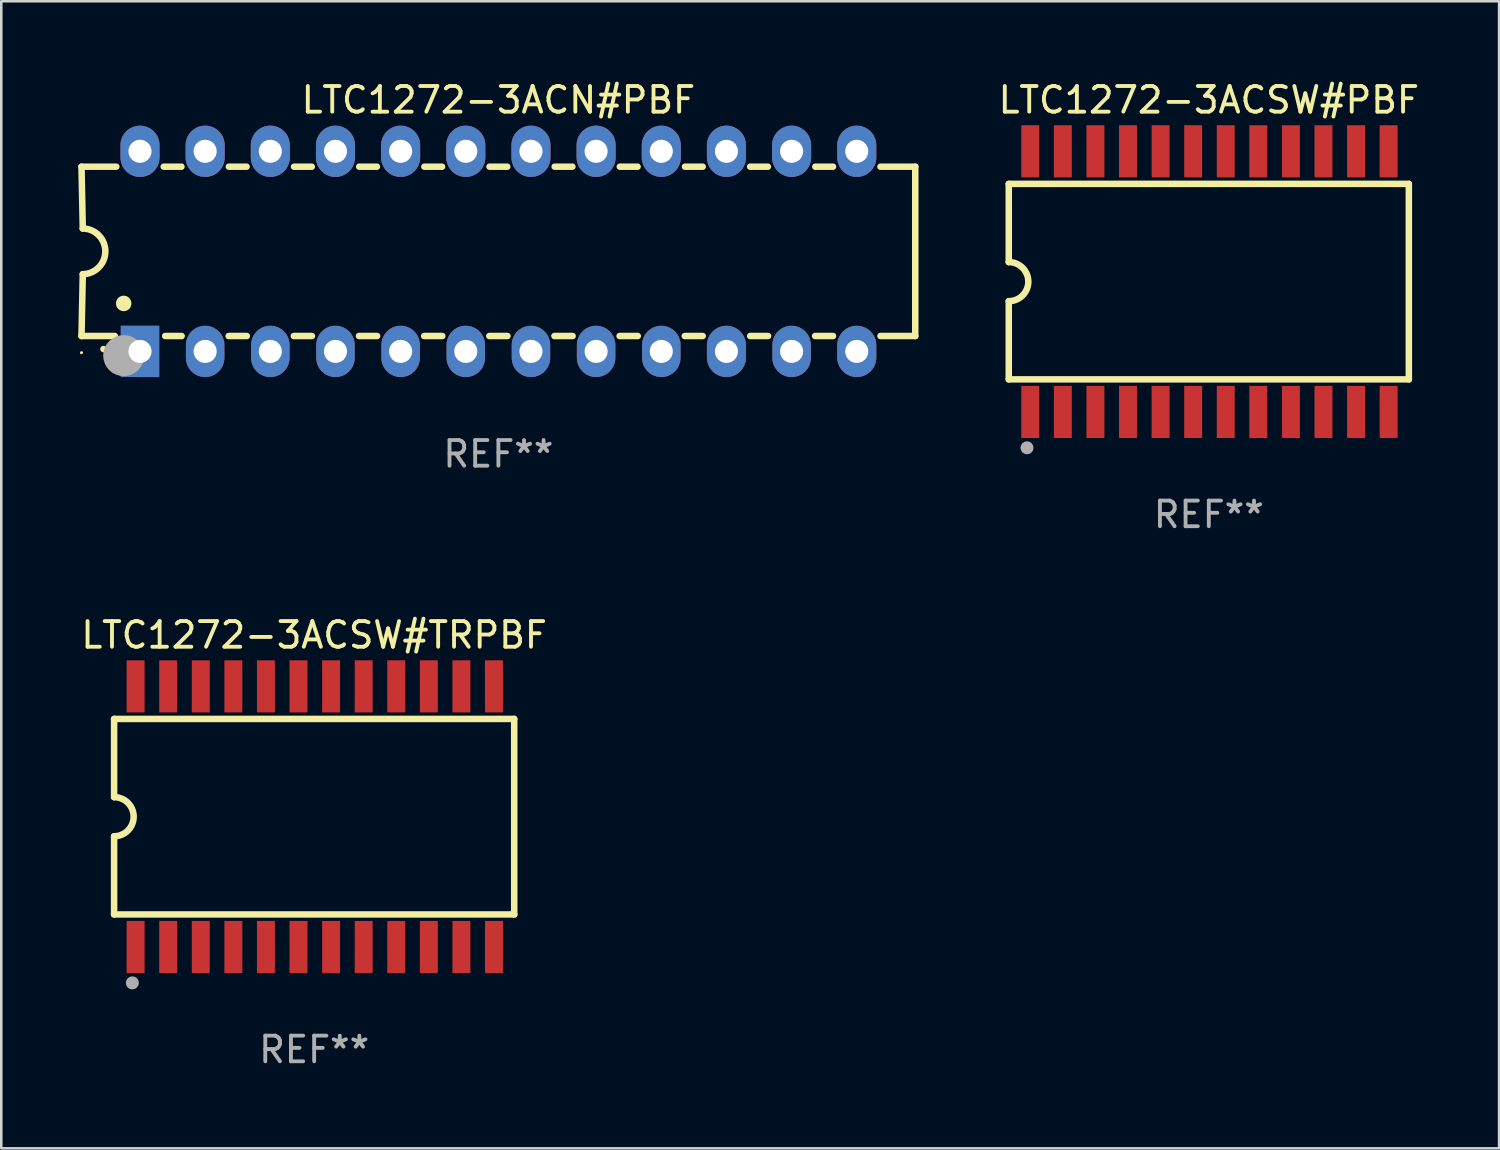
<source format=kicad_pcb>
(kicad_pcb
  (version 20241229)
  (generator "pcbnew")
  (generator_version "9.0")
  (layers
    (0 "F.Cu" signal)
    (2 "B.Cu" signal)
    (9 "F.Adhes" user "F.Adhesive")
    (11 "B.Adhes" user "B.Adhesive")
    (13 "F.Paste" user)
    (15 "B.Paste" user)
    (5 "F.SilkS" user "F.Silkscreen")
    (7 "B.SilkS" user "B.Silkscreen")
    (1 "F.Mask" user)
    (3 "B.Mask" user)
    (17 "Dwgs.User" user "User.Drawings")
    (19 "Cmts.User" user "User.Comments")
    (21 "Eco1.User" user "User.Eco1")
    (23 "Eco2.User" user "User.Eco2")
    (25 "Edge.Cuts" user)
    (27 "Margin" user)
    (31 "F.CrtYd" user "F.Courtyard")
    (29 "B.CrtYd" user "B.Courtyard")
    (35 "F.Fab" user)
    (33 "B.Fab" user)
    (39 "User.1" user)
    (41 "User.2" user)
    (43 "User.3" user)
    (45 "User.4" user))
  (footprint "LTC1272-3ACSW#TRPBF"
    (layer "F.Cu")
    (at 9.196 28.785)
    (property "Reference" "LTC1272-3ACSW#TRPBF" (at 0 -7.08 0) (layer "F.SilkS") (effects (font (size 1 1) (thickness 0.15))))
    (attr through_hole)
    (fp_line (start -7.798 -3.81) (end -7.798 -0.762) (stroke (width 0.254) (type solid)) (layer "F.SilkS"))
    (fp_line (start -7.798 3.81) (end -7.798 0.762) (stroke (width 0.254) (type solid)) (layer "F.SilkS"))
    (fp_line (start 7.798 -3.81) (end -7.798 -3.81) (stroke (width 0.254) (type solid)) (layer "F.SilkS"))
    (fp_line (start 7.798 3.81) (end -7.798 3.81) (stroke (width 0.254) (type solid)) (layer "F.SilkS"))
    (fp_line (start 7.798 3.81) (end 7.798 -3.81) (stroke (width 0.254) (type solid)) (layer "F.SilkS"))
    (fp_arc (start -7.797791 -0.762002) (mid -7.03579 -0.000001) (end -7.79779 0.762002) (stroke (width 0.254001) (type solid)) (layer "F.SilkS"))
    (fp_circle (center -7.825 3.75) (end -7.795 3.75) (stroke (width 0.06) (type solid)) (fill no) (layer "F.SilkS"))
    (fp_circle (center -7.087 6.477) (end -6.96 6.477) (stroke (width 0.254) (type solid)) (fill no) (layer "F.Fab"))
    (fp_text user "REF**" (at 0 9.08 0) (layer "F.Fab") (effects (font (size 1 1) (thickness 0.15))))
    (pad "1" smd rect (at -6.96 5.08 90) (size 2.032 0.7) (layers "F.Cu" "F.Mask" "F.Paste"))
    (pad "2" smd rect (at -5.69 5.08 90) (size 2.032 0.7) (layers "F.Cu" "F.Mask" "F.Paste"))
    (pad "3" smd rect (at -4.42 5.08 90) (size 2.032 0.7) (layers "F.Cu" "F.Mask" "F.Paste"))
    (pad "4" smd rect (at -3.15 5.08 90) (size 2.032 0.7) (layers "F.Cu" "F.Mask" "F.Paste"))
    (pad "5" smd rect (at -1.88 5.08 90) (size 2.032 0.7) (layers "F.Cu" "F.Mask" "F.Paste"))
    (pad "6" smd rect (at -0.61 5.08 90) (size 2.032 0.7) (layers "F.Cu" "F.Mask" "F.Paste"))
    (pad "7" smd rect (at 0.66 5.08 90) (size 2.032 0.7) (layers "F.Cu" "F.Mask" "F.Paste"))
    (pad "8" smd rect (at 1.93 5.08 90) (size 2.032 0.7) (layers "F.Cu" "F.Mask" "F.Paste"))
    (pad "9" smd rect (at 3.2 5.08 90) (size 2.032 0.7) (layers "F.Cu" "F.Mask" "F.Paste"))
    (pad "10" smd rect (at 4.47 5.08 90) (size 2.032 0.7) (layers "F.Cu" "F.Mask" "F.Paste"))
    (pad "11" smd rect (at 5.74 5.08 90) (size 2.032 0.7) (layers "F.Cu" "F.Mask" "F.Paste"))
    (pad "12" smd rect (at 7.01 5.08 90) (size 2.032 0.7) (layers "F.Cu" "F.Mask" "F.Paste"))
    (pad "13" smd rect (at 7.01 -5.08 90) (size 2.032 0.7) (layers "F.Cu" "F.Mask" "F.Paste"))
    (pad "14" smd rect (at 5.74 -5.08 90) (size 2.032 0.7) (layers "F.Cu" "F.Mask" "F.Paste"))
    (pad "15" smd rect (at 4.47 -5.08 90) (size 2.032 0.7) (layers "F.Cu" "F.Mask" "F.Paste"))
    (pad "16" smd rect (at 3.2 -5.08 90) (size 2.032 0.7) (layers "F.Cu" "F.Mask" "F.Paste"))
    (pad "17" smd rect (at 1.93 -5.08 90) (size 2.032 0.7) (layers "F.Cu" "F.Mask" "F.Paste"))
    (pad "18" smd rect (at 0.66 -5.08 90) (size 2.032 0.7) (layers "F.Cu" "F.Mask" "F.Paste"))
    (pad "19" smd rect (at -0.61 -5.08 90) (size 2.032 0.7) (layers "F.Cu" "F.Mask" "F.Paste"))
    (pad "20" smd rect (at -1.88 -5.08 90) (size 2.032 0.7) (layers "F.Cu" "F.Mask" "F.Paste"))
    (pad "21" smd rect (at -3.15 -5.08 90) (size 2.032 0.7) (layers "F.Cu" "F.Mask" "F.Paste"))
    (pad "22" smd rect (at -4.42 -5.08 90) (size 2.032 0.7) (layers "F.Cu" "F.Mask" "F.Paste"))
    (pad "23" smd rect (at -5.69 -5.08 90) (size 2.032 0.7) (layers "F.Cu" "F.Mask" "F.Paste"))
    (pad "24" smd rect (at -6.96 -5.08 90) (size 2.032 0.7) (layers "F.Cu" "F.Mask" "F.Paste")))
  (footprint "LTC1272-3ACSW#PBF"
    (layer "F.Cu")
    (at 44.07 7.928)
    (property "Reference" "LTC1272-3ACSW#PBF" (at 0 -7.08 0) (layer "F.SilkS") (effects (font (size 1 1) (thickness 0.15))))
    (attr through_hole)
    (fp_line (start -7.798 -3.81) (end -7.798 -0.762) (stroke (width 0.254) (type solid)) (layer "F.SilkS"))
    (fp_line (start -7.798 3.81) (end -7.798 0.762) (stroke (width 0.254) (type solid)) (layer "F.SilkS"))
    (fp_line (start 7.798 -3.81) (end -7.798 -3.81) (stroke (width 0.254) (type solid)) (layer "F.SilkS"))
    (fp_line (start 7.798 3.81) (end -7.798 3.81) (stroke (width 0.254) (type solid)) (layer "F.SilkS"))
    (fp_line (start 7.798 3.81) (end 7.798 -3.81) (stroke (width 0.254) (type solid)) (layer "F.SilkS"))
    (fp_arc (start -7.797791 -0.762002) (mid -7.03579 -0.000001) (end -7.79779 0.762002) (stroke (width 0.254001) (type solid)) (layer "F.SilkS"))
    (fp_circle (center -7.825 3.75) (end -7.795 3.75) (stroke (width 0.06) (type solid)) (fill no) (layer "F.SilkS"))
    (fp_circle (center -7.087 6.477) (end -6.96 6.477) (stroke (width 0.254) (type solid)) (fill no) (layer "F.Fab"))
    (fp_text user "REF**" (at 0 9.08 0) (layer "F.Fab") (effects (font (size 1 1) (thickness 0.15))))
    (pad "1" smd rect (at -6.96 5.08 90) (size 2.032 0.7) (layers "F.Cu" "F.Mask" "F.Paste"))
    (pad "2" smd rect (at -5.69 5.08 90) (size 2.032 0.7) (layers "F.Cu" "F.Mask" "F.Paste"))
    (pad "3" smd rect (at -4.42 5.08 90) (size 2.032 0.7) (layers "F.Cu" "F.Mask" "F.Paste"))
    (pad "4" smd rect (at -3.15 5.08 90) (size 2.032 0.7) (layers "F.Cu" "F.Mask" "F.Paste"))
    (pad "5" smd rect (at -1.88 5.08 90) (size 2.032 0.7) (layers "F.Cu" "F.Mask" "F.Paste"))
    (pad "6" smd rect (at -0.61 5.08 90) (size 2.032 0.7) (layers "F.Cu" "F.Mask" "F.Paste"))
    (pad "7" smd rect (at 0.66 5.08 90) (size 2.032 0.7) (layers "F.Cu" "F.Mask" "F.Paste"))
    (pad "8" smd rect (at 1.93 5.08 90) (size 2.032 0.7) (layers "F.Cu" "F.Mask" "F.Paste"))
    (pad "9" smd rect (at 3.2 5.08 90) (size 2.032 0.7) (layers "F.Cu" "F.Mask" "F.Paste"))
    (pad "10" smd rect (at 4.47 5.08 90) (size 2.032 0.7) (layers "F.Cu" "F.Mask" "F.Paste"))
    (pad "11" smd rect (at 5.74 5.08 90) (size 2.032 0.7) (layers "F.Cu" "F.Mask" "F.Paste"))
    (pad "12" smd rect (at 7.01 5.08 90) (size 2.032 0.7) (layers "F.Cu" "F.Mask" "F.Paste"))
    (pad "13" smd rect (at 7.01 -5.08 90) (size 2.032 0.7) (layers "F.Cu" "F.Mask" "F.Paste"))
    (pad "14" smd rect (at 5.74 -5.08 90) (size 2.032 0.7) (layers "F.Cu" "F.Mask" "F.Paste"))
    (pad "15" smd rect (at 4.47 -5.08 90) (size 2.032 0.7) (layers "F.Cu" "F.Mask" "F.Paste"))
    (pad "16" smd rect (at 3.2 -5.08 90) (size 2.032 0.7) (layers "F.Cu" "F.Mask" "F.Paste"))
    (pad "17" smd rect (at 1.93 -5.08 90) (size 2.032 0.7) (layers "F.Cu" "F.Mask" "F.Paste"))
    (pad "18" smd rect (at 0.66 -5.08 90) (size 2.032 0.7) (layers "F.Cu" "F.Mask" "F.Paste"))
    (pad "19" smd rect (at -0.61 -5.08 90) (size 2.032 0.7) (layers "F.Cu" "F.Mask" "F.Paste"))
    (pad "20" smd rect (at -1.88 -5.08 90) (size 2.032 0.7) (layers "F.Cu" "F.Mask" "F.Paste"))
    (pad "21" smd rect (at -3.15 -5.08 90) (size 2.032 0.7) (layers "F.Cu" "F.Mask" "F.Paste"))
    (pad "22" smd rect (at -4.42 -5.08 90) (size 2.032 0.7) (layers "F.Cu" "F.Mask" "F.Paste"))
    (pad "23" smd rect (at -5.69 -5.08 90) (size 2.032 0.7) (layers "F.Cu" "F.Mask" "F.Paste"))
    (pad "24" smd rect (at -6.96 -5.08 90) (size 2.032 0.7) (layers "F.Cu" "F.Mask" "F.Paste")))
  (footprint "LTC1272-3ACN#PBF"
    (layer "F.Cu")
    (at 16.377 6.748)
    (property "Reference" "LTC1272-3ACN#PBF" (at 0 -5.9 0) (layer "F.SilkS") (effects (font (size 1 1) (thickness 0.15))))
    (attr through_hole)
    (fp_line (start -16.25 -3.3) (end -16.2 -0.889) (stroke (width 0.254) (type solid)) (layer "F.SilkS"))
    (fp_line (start -16.25 -3.3) (end -14.895 -3.3) (stroke (width 0.254) (type solid)) (layer "F.SilkS"))
    (fp_line (start -16.25 3.3) (end -16.2 0.889) (stroke (width 0.254) (type solid)) (layer "F.SilkS"))
    (fp_line (start -16.25 3.3) (end -14.951 3.3) (stroke (width 0.254) (type solid)) (layer "F.SilkS"))
    (fp_line (start -13.045 -3.3) (end -12.355 -3.3) (stroke (width 0.254) (type solid)) (layer "F.SilkS"))
    (fp_line (start -12.989 3.3) (end -12.347 3.3) (stroke (width 0.254) (type solid)) (layer "F.SilkS"))
    (fp_line (start -10.514 3.3) (end -9.807 3.3) (stroke (width 0.254) (type solid)) (layer "F.SilkS"))
    (fp_line (start -10.505 -3.3) (end -9.815 -3.3) (stroke (width 0.254) (type solid)) (layer "F.SilkS"))
    (fp_line (start -7.974 3.3) (end -7.267 3.3) (stroke (width 0.254) (type solid)) (layer "F.SilkS"))
    (fp_line (start -7.965 -3.3) (end -7.275 -3.3) (stroke (width 0.254) (type solid)) (layer "F.SilkS"))
    (fp_line (start -5.434 3.3) (end -4.727 3.3) (stroke (width 0.254) (type solid)) (layer "F.SilkS"))
    (fp_line (start -5.425 -3.3) (end -4.735 -3.3) (stroke (width 0.254) (type solid)) (layer "F.SilkS"))
    (fp_line (start -2.894 3.3) (end -2.187 3.3) (stroke (width 0.254) (type solid)) (layer "F.SilkS"))
    (fp_line (start -2.885 -3.3) (end -2.195 -3.3) (stroke (width 0.254) (type solid)) (layer "F.SilkS"))
    (fp_line (start -0.354 3.3) (end 0.353 3.3) (stroke (width 0.254) (type solid)) (layer "F.SilkS"))
    (fp_line (start -0.345 -3.3) (end 0.345 -3.3) (stroke (width 0.254) (type solid)) (layer "F.SilkS"))
    (fp_line (start 2.186 3.3) (end 2.893 3.3) (stroke (width 0.254) (type solid)) (layer "F.SilkS"))
    (fp_line (start 2.195 -3.3) (end 2.885 -3.3) (stroke (width 0.254) (type solid)) (layer "F.SilkS"))
    (fp_line (start 4.726 3.3) (end 5.434 3.3) (stroke (width 0.254) (type solid)) (layer "F.SilkS"))
    (fp_line (start 4.735 -3.3) (end 5.425 -3.3) (stroke (width 0.254) (type solid)) (layer "F.SilkS"))
    (fp_line (start 7.266 3.3) (end 7.965 3.3) (stroke (width 0.254) (type solid)) (layer "F.SilkS"))
    (fp_line (start 7.275 -3.3) (end 7.965 -3.3) (stroke (width 0.254) (type solid)) (layer "F.SilkS"))
    (fp_line (start 9.815 -3.3) (end 10.505 -3.3) (stroke (width 0.254) (type solid)) (layer "F.SilkS"))
    (fp_line (start 9.815 3.3) (end 10.514 3.3) (stroke (width 0.254) (type solid)) (layer "F.SilkS"))
    (fp_line (start 12.346 3.3) (end 13.045 3.3) (stroke (width 0.254) (type solid)) (layer "F.SilkS"))
    (fp_line (start 12.355 -3.3) (end 13.045 -3.3) (stroke (width 0.254) (type solid)) (layer "F.SilkS"))
    (fp_line (start 16.25 -3.3) (end 14.895 -3.3) (stroke (width 0.254) (type solid)) (layer "F.SilkS"))
    (fp_line (start 16.25 -3.3) (end 16.25 3.3) (stroke (width 0.254) (type solid)) (layer "F.SilkS"))
    (fp_line (start 16.25 3.3) (end 14.895 3.3) (stroke (width 0.254) (type solid)) (layer "F.SilkS"))
    (fp_arc (start -16.201016 -0.890146) (mid -15.311429 -0.001055) (end -16.200025 0.889027) (stroke (width 0.254001) (type solid)) (layer "F.SilkS"))
    (fp_arc (start -15.394971 3.810033) (mid -15.394978 3.808763) (end -15.394971 3.807493) (stroke (width 0.25) (type solid)) (layer "F.SilkS"))
    (fp_arc (start -14.605029 2.032029) (mid -14.60504 2.029489) (end -14.605029 2.026949) (stroke (width 0.6) (type solid)) (layer "F.SilkS"))
    (fp_circle (center -16.25 3.95) (end -16.22 3.95) (stroke (width 0.06) (type solid)) (fill no) (layer "F.SilkS"))
    (fp_circle (center -14.605 4.064) (end -14.205 4.064) (stroke (width 0.8) (type solid)) (fill no) (layer "F.Fab"))
    (fp_text user "REF**" (at 0 7.9 0) (layer "F.Fab") (effects (font (size 1 1) (thickness 0.15))))
    (pad "1" thru_hole rect (at -13.97 3.9 90) (size 2 1.5) (drill 0.9) (layers "*.Cu" "*.Mask"))
    (pad "2" thru_hole oval (at -11.43 3.9 90) (size 2 1.5) (drill 0.9) (layers "*.Cu" "*.Mask"))
    (pad "3" thru_hole oval (at -8.89 3.9 90) (size 2 1.5) (drill 0.9) (layers "*.Cu" "*.Mask"))
    (pad "4" thru_hole oval (at -6.35 3.9 90) (size 2 1.5) (drill 0.9) (layers "*.Cu" "*.Mask"))
    (pad "5" thru_hole oval (at -3.81 3.9 90) (size 2 1.5) (drill 0.9) (layers "*.Cu" "*.Mask"))
    (pad "6" thru_hole oval (at -1.27 3.9 90) (size 2 1.5) (drill 0.9) (layers "*.Cu" "*.Mask"))
    (pad "7" thru_hole oval (at 1.27 3.9 90) (size 2 1.5) (drill 0.9) (layers "*.Cu" "*.Mask"))
    (pad "8" thru_hole oval (at 3.81 3.9 90) (size 2 1.5) (drill 0.9) (layers "*.Cu" "*.Mask"))
    (pad "9" thru_hole oval (at 6.35 3.9 90) (size 2 1.5) (drill 0.9) (layers "*.Cu" "*.Mask"))
    (pad "10" thru_hole oval (at 8.89 3.9 90) (size 2 1.524) (drill 0.9) (layers "*.Cu" "*.Mask"))
    (pad "11" thru_hole oval (at 11.43 3.9 90) (size 2 1.5) (drill 0.9) (layers "*.Cu" "*.Mask"))
    (pad "12" thru_hole oval (at 13.97 3.9 90) (size 2 1.524) (drill 0.9) (layers "*.Cu" "*.Mask"))
    (pad "13" thru_hole oval (at 13.97 -3.9 90) (size 2 1.524) (drill 0.9) (layers "*.Cu" "*.Mask"))
    (pad "14" thru_hole oval (at 11.43 -3.9 90) (size 2 1.524) (drill 0.9) (layers "*.Cu" "*.Mask"))
    (pad "15" thru_hole oval (at 8.89 -3.9 90) (size 2 1.524) (drill 0.9) (layers "*.Cu" "*.Mask"))
    (pad "16" thru_hole oval (at 6.35 -3.9 90) (size 2 1.524) (drill 0.9) (layers "*.Cu" "*.Mask"))
    (pad "17" thru_hole oval (at 3.81 -3.9 90) (size 2 1.524) (drill 0.9) (layers "*.Cu" "*.Mask"))
    (pad "18" thru_hole oval (at 1.27 -3.9 90) (size 2 1.524) (drill 0.9) (layers "*.Cu" "*.Mask"))
    (pad "19" thru_hole oval (at -1.27 -3.9 90) (size 2 1.524) (drill 0.9) (layers "*.Cu" "*.Mask"))
    (pad "20" thru_hole oval (at -3.81 -3.9 90) (size 2 1.524) (drill 0.9) (layers "*.Cu" "*.Mask"))
    (pad "21" thru_hole oval (at -6.35 -3.9 90) (size 2 1.524) (drill 0.9) (layers "*.Cu" "*.Mask"))
    (pad "22" thru_hole oval (at -8.89 -3.9 90) (size 2 1.524) (drill 0.9) (layers "*.Cu" "*.Mask"))
    (pad "23" thru_hole oval (at -11.43 -3.9 90) (size 2 1.524) (drill 0.9) (layers "*.Cu" "*.Mask"))
    (pad "24" thru_hole oval (at -13.97 -3.9 90) (size 2 1.524) (drill 0.9) (layers "*.Cu" "*.Mask")))
  (gr_rect
    (start -3 -3)
    (end 55.385 41.713)
    (stroke (width 0.1) (type default))
    (fill no)
    (layer "Edge.Cuts")))
</source>
